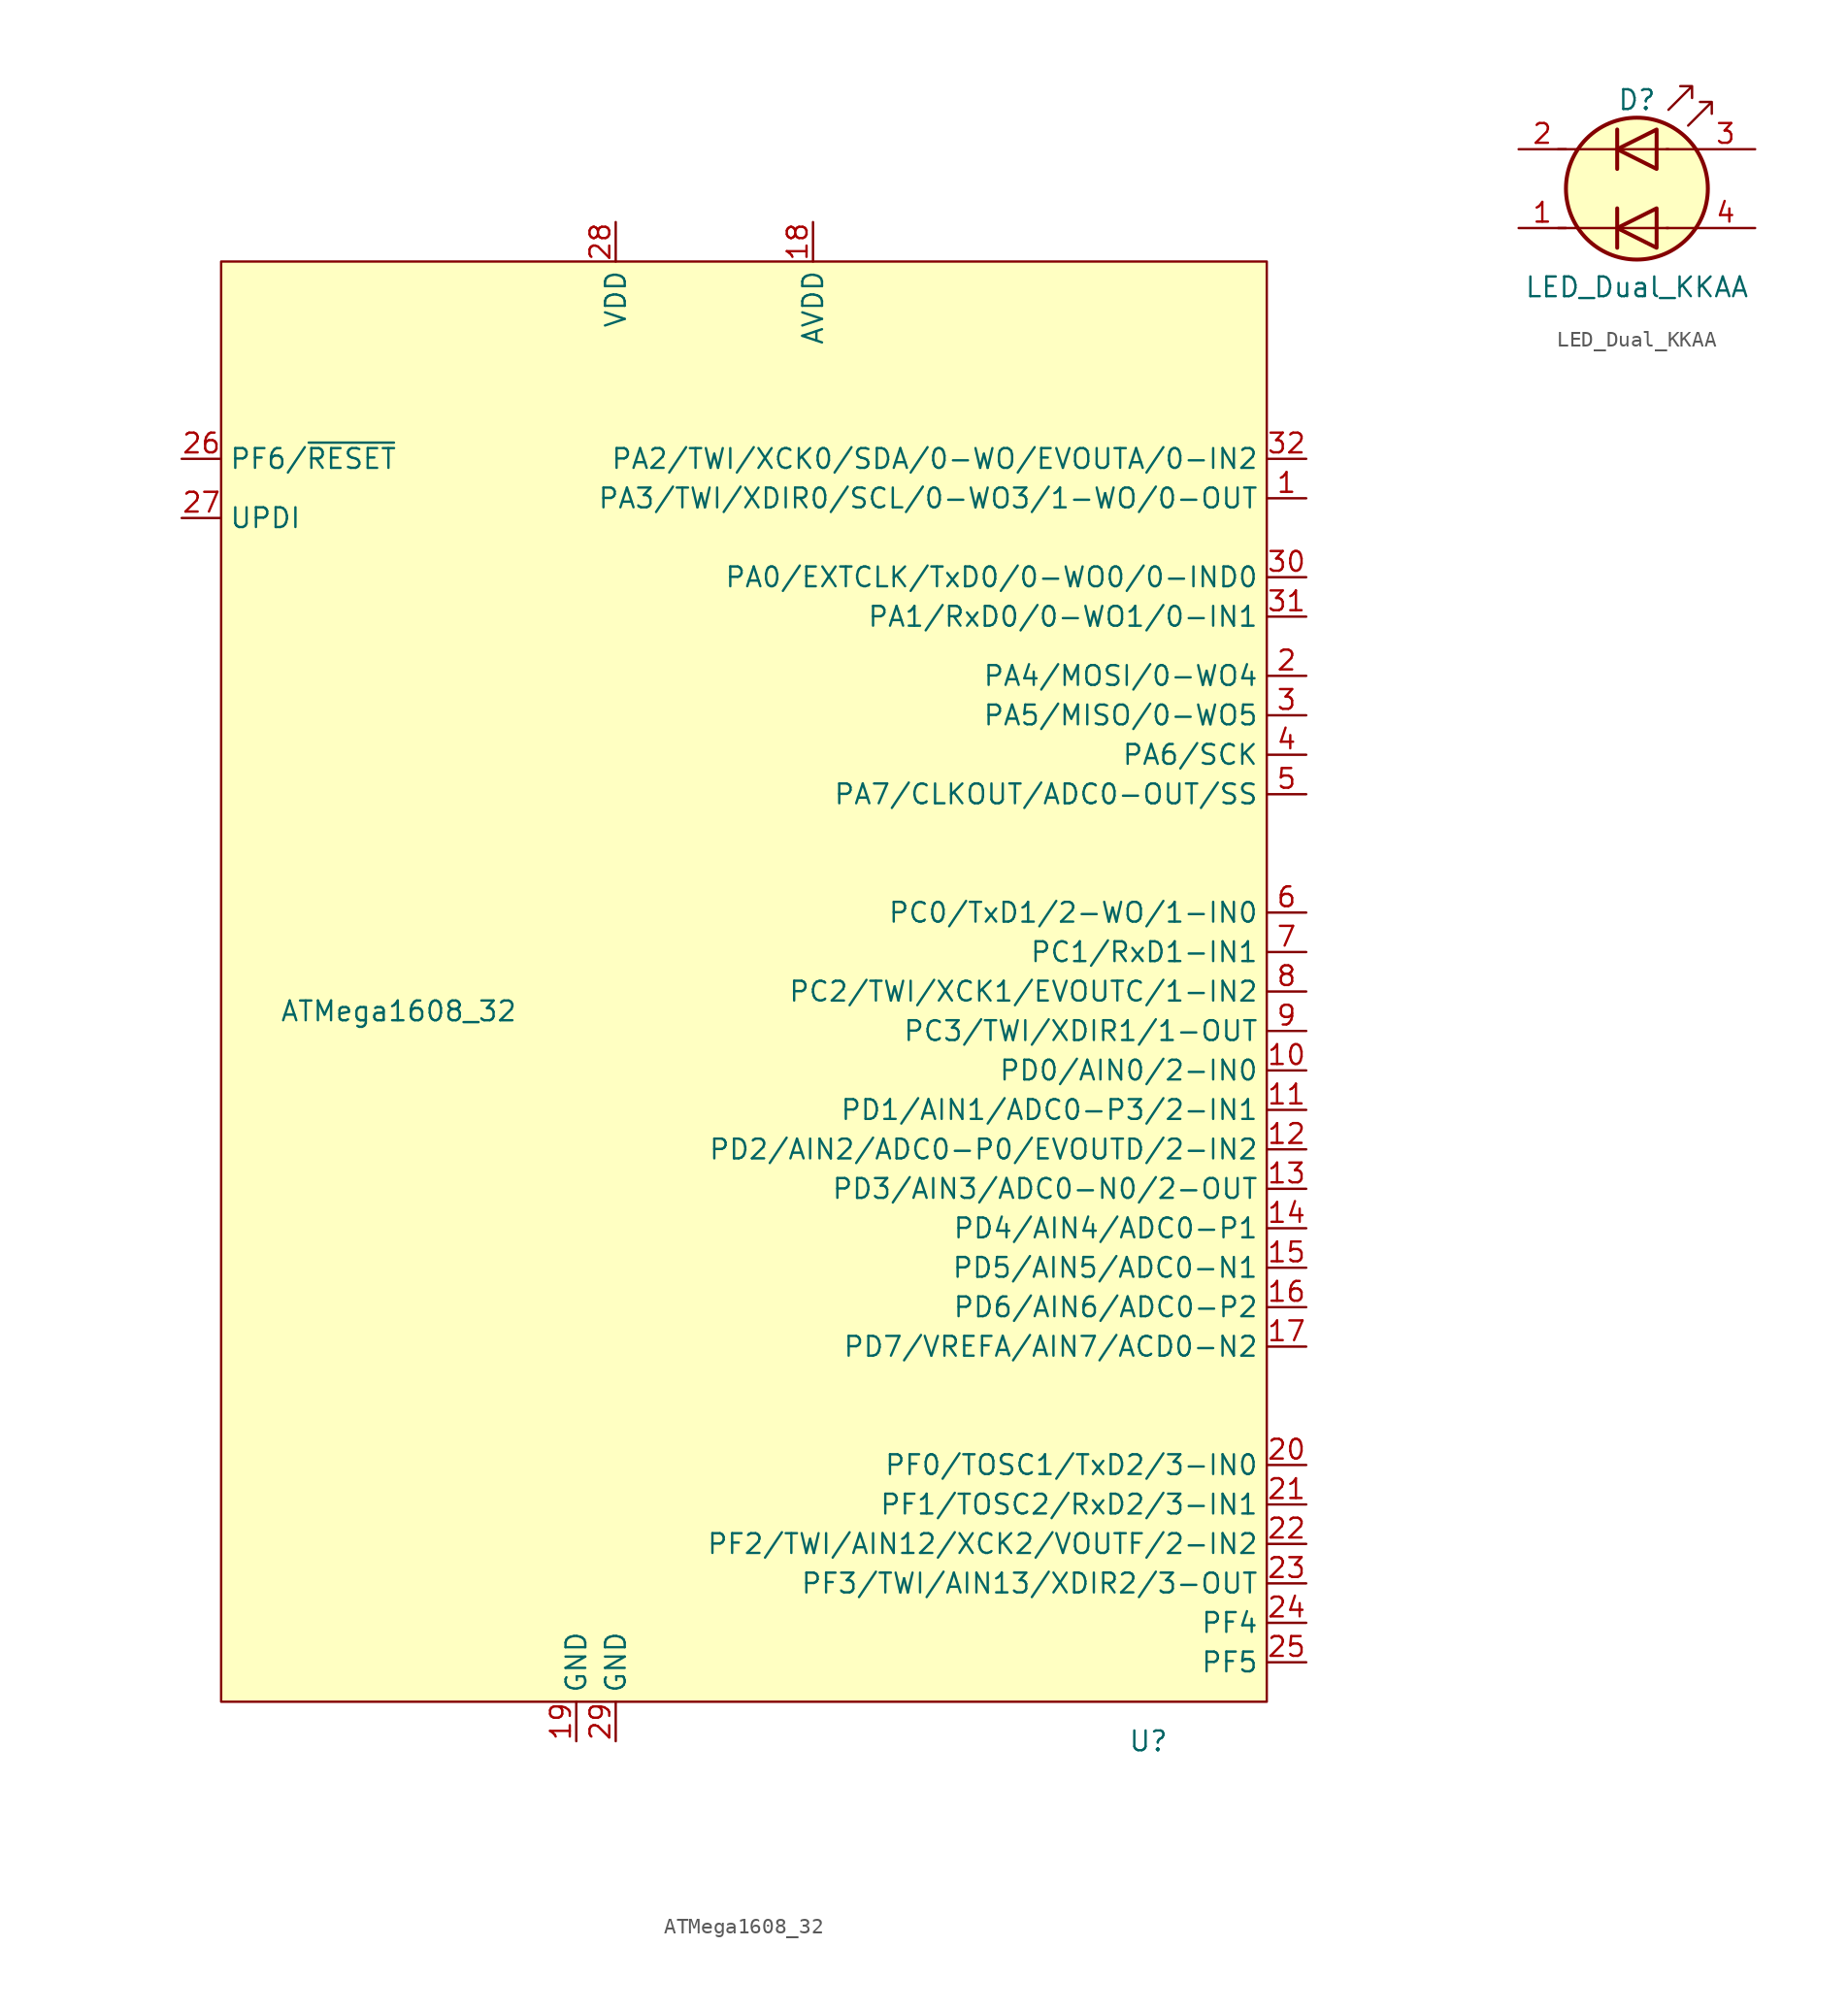
<source format=kicad_sym>
(kicad_symbol_lib
  (version 20211014)
  (generator kicad_symbol_editor)
  (symbol "ATMega1608_32"
    (property "Reference" "U"
      (at 34.29 -46.99 0)
      (effects (font (size 1.27 1.27))))
    (property "Value" "ATMega1608_32"
      (at -13.97 0 0)
      (effects (font (size 1.27 1.27))))
    (symbol "ATMega1608_32_0_1"
      (rectangle (start -25.4 48.26) (end 41.91 -44.45) (stroke (width 0.152) (type default) (color 0 0 0 0)) (fill (type background))))
    (symbol "ATMega1608_32_1_1"
      (pin bidirectional line (at 44.45 33.02 180) (length 2.54) (name "PA3/TWI/XDIR0/SCL/0-WO3/1-WO/0-OUT" (effects (font (size 1.27 1.27)))) (number "1" (effects (font (size 1.27 1.27)))))
      (pin bidirectional line (at 44.45 -3.81 180) (length 2.54) (name "PD0/AIN0/2-IN0" (effects (font (size 1.27 1.27)))) (number "10" (effects (font (size 1.27 1.27)))))
      (pin bidirectional line (at 44.45 -6.35 180) (length 2.54) (name "PD1/AIN1/ADC0-P3/2-IN1" (effects (font (size 1.27 1.27)))) (number "11" (effects (font (size 1.27 1.27)))))
      (pin bidirectional line (at 44.45 -8.89 180) (length 2.54) (name "PD2/AIN2/ADC0-P0/EVOUTD/2-IN2" (effects (font (size 1.27 1.27)))) (number "12" (effects (font (size 1.27 1.27)))))
      (pin bidirectional line (at 44.45 -11.43 180) (length 2.54) (name "PD3/AIN3/ADC0-N0/2-OUT" (effects (font (size 1.27 1.27)))) (number "13" (effects (font (size 1.27 1.27)))))
      (pin bidirectional line (at 44.45 -13.97 180) (length 2.54) (name "PD4/AIN4/ADC0-P1" (effects (font (size 1.27 1.27)))) (number "14" (effects (font (size 1.27 1.27)))))
      (pin bidirectional line (at 44.45 -16.51 180) (length 2.54) (name "PD5/AIN5/ADC0-N1" (effects (font (size 1.27 1.27)))) (number "15" (effects (font (size 1.27 1.27)))))
      (pin bidirectional line (at 44.45 -19.05 180) (length 2.54) (name "PD6/AIN6/ADC0-P2" (effects (font (size 1.27 1.27)))) (number "16" (effects (font (size 1.27 1.27)))))
      (pin bidirectional line (at 44.45 -21.59 180) (length 2.54) (name "PD7/VREFA/AIN7/ACD0-N2" (effects (font (size 1.27 1.27)))) (number "17" (effects (font (size 1.27 1.27)))))
      (pin power_in line (at 12.7 50.8 270) (length 2.54) (name "AVDD" (effects (font (size 1.27 1.27)))) (number "18" (effects (font (size 1.27 1.27)))))
      (pin power_in line (at -2.54 -46.99 90) (length 2.54) (name "GND" (effects (font (size 1.27 1.27)))) (number "19" (effects (font (size 1.27 1.27)))))
      (pin bidirectional line (at 44.45 21.59 180) (length 2.54) (name "PA4/MOSI/0-WO4" (effects (font (size 1.27 1.27)))) (number "2" (effects (font (size 1.27 1.27)))))
      (pin bidirectional line (at 44.45 -29.21 180) (length 2.54) (name "PF0/TOSC1/TxD2/3-IN0" (effects (font (size 1.27 1.27)))) (number "20" (effects (font (size 1.27 1.27)))))
      (pin bidirectional line (at 44.45 -31.75 180) (length 2.54) (name "PF1/TOSC2/RxD2/3-IN1" (effects (font (size 1.27 1.27)))) (number "21" (effects (font (size 1.27 1.27)))))
      (pin bidirectional line (at 44.45 -34.29 180) (length 2.54) (name "PF2/TWI/AIN12/XCK2/VOUTF/2-IN2" (effects (font (size 1.27 1.27)))) (number "22" (effects (font (size 1.27 1.27)))))
      (pin bidirectional line (at 44.45 -36.83 180) (length 2.54) (name "PF3/TWI/AIN13/XDIR2/3-OUT" (effects (font (size 1.27 1.27)))) (number "23" (effects (font (size 1.27 1.27)))))
      (pin bidirectional line (at 44.45 -39.37 180) (length 2.54) (name "PF4" (effects (font (size 1.27 1.27)))) (number "24" (effects (font (size 1.27 1.27)))))
      (pin bidirectional line (at 44.45 -41.91 180) (length 2.54) (name "PF5" (effects (font (size 1.27 1.27)))) (number "25" (effects (font (size 1.27 1.27)))))
      (pin bidirectional line (at -27.94 35.56 0) (length 2.54) (name "PF6/~{RESET}" (effects (font (size 1.27 1.27)))) (number "26" (effects (font (size 1.27 1.27)))))
      (pin bidirectional line (at -27.94 31.75 0) (length 2.54) (name "UPDI" (effects (font (size 1.27 1.27)))) (number "27" (effects (font (size 1.27 1.27)))))
      (pin power_in line (at 0 50.8 270) (length 2.54) (name "VDD" (effects (font (size 1.27 1.27)))) (number "28" (effects (font (size 1.27 1.27)))))
      (pin input line (at 0 -46.99 90) (length 2.54) (name "GND" (effects (font (size 1.27 1.27)))) (number "29" (effects (font (size 1.27 1.27)))))
      (pin bidirectional line (at 44.45 19.05 180) (length 2.54) (name "PA5/MISO/0-WO5" (effects (font (size 1.27 1.27)))) (number "3" (effects (font (size 1.27 1.27)))))
      (pin bidirectional line (at 44.45 27.94 180) (length 2.54) (name "PA0/EXTCLK/TxD0/0-WO0/0-IND0" (effects (font (size 1.27 1.27)))) (number "30" (effects (font (size 1.27 1.27)))))
      (pin bidirectional line (at 44.45 25.4 180) (length 2.54) (name "PA1/RxD0/0-WO1/0-IN1" (effects (font (size 1.27 1.27)))) (number "31" (effects (font (size 1.27 1.27)))))
      (pin bidirectional line (at 44.45 35.56 180) (length 2.54) (name "PA2/TWI/XCK0/SDA/0-WO/EVOUTA/0-IN2" (effects (font (size 1.27 1.27)))) (number "32" (effects (font (size 1.27 1.27)))))
      (pin bidirectional line (at 44.45 16.51 180) (length 2.54) (name "PA6/SCK" (effects (font (size 1.27 1.27)))) (number "4" (effects (font (size 1.27 1.27)))))
      (pin bidirectional line (at 44.45 13.97 180) (length 2.54) (name "PA7/CLKOUT/ADC0-OUT/SS" (effects (font (size 1.27 1.27)))) (number "5" (effects (font (size 1.27 1.27)))))
      (pin bidirectional line (at 44.45 6.35 180) (length 2.54) (name "PC0/TxD1/2-WO/1-IN0" (effects (font (size 1.27 1.27)))) (number "6" (effects (font (size 1.27 1.27)))))
      (pin bidirectional line (at 44.45 3.81 180) (length 2.54) (name "PC1/RxD1-IN1" (effects (font (size 1.27 1.27)))) (number "7" (effects (font (size 1.27 1.27)))))
      (pin bidirectional line (at 44.45 1.27 180) (length 2.54) (name "PC2/TWI/XCK1/EVOUTC/1-IN2" (effects (font (size 1.27 1.27)))) (number "8" (effects (font (size 1.27 1.27)))))
      (pin bidirectional line (at 44.45 -1.27 180) (length 2.54) (name "PC3/TWI/XDIR1/1-OUT" (effects (font (size 1.27 1.27)))) (number "9" (effects (font (size 1.27 1.27)))))))
  (symbol "LED_Dual_KKAA"
    (pin_names
      (offset 0) hide)
    (property "Reference" "D"
      (at 0 5.715 0)
      (effects (font (size 1.27 1.27))))
    (property "Value" "LED_Dual_KKAA"
      (at 0 -6.35 0)
      (effects (font (size 1.27 1.27))))
    (symbol "LED_Dual_KKAA_0_1"
      (polyline (pts (xy -5.08 -2.54) (xy 2.032 -2.54)) (stroke (width 0) (type default) (color 0 0 0 0)) (fill (type none)))
      (polyline (pts (xy -5.08 2.54) (xy 2.032 2.54)) (stroke (width 0) (type default) (color 0 0 0 0)) (fill (type none)))
      (polyline (pts (xy -1.27 -1.27) (xy -1.27 -3.81)) (stroke (width 0.254) (type default) (color 0 0 0 0)) (fill (type none)))
      (polyline (pts (xy -1.27 3.81) (xy -1.27 1.27)) (stroke (width 0.254) (type default) (color 0 0 0 0)) (fill (type none)))
      (polyline (pts (xy 3.81 -2.54) (xy 1.905 -2.54)) (stroke (width 0) (type default) (color 0 0 0 0)) (fill (type none)))
      (polyline (pts (xy 3.81 2.54) (xy 1.905 2.54)) (stroke (width 0) (type default) (color 0 0 0 0)) (fill (type none)))
      (polyline (pts (xy 1.27 -1.27) (xy 1.27 -3.81) (xy -1.27 -2.54) (xy 1.27 -1.27)) (stroke (width 0.254) (type default) (color 0 0 0 0)) (fill (type none)))
      (polyline (pts (xy 1.27 3.81) (xy 1.27 1.27) (xy -1.27 2.54) (xy 1.27 3.81)) (stroke (width 0.254) (type default) (color 0 0 0 0)) (fill (type none)))
      (polyline (pts (xy 2.032 5.08) (xy 3.556 6.604) (xy 2.794 6.604) (xy 3.556 6.604) (xy 3.556 5.842)) (stroke (width 0) (type default) (color 0 0 0 0)) (fill (type none)))
      (polyline (pts (xy 3.302 4.064) (xy 4.826 5.588) (xy 4.064 5.588) (xy 4.826 5.588) (xy 4.826 4.826)) (stroke (width 0) (type default) (color 0 0 0 0)) (fill (type none)))
      (circle (center 0 0) (radius 4.572) (stroke (width 0.254) (type default) (color 0 0 0 0)) (fill (type background))))
    (symbol "LED_Dual_KKAA_1_1"
      (pin input line (at -7.62 -2.54 0) (length 3.048) (name "K2" (effects (font (size 1.27 1.27)))) (number "1" (effects (font (size 1.27 1.27)))))
      (pin input line (at -7.62 2.54 0) (length 3.048) (name "K1" (effects (font (size 1.27 1.27)))) (number "2" (effects (font (size 1.27 1.27)))))
      (pin input line (at 7.62 2.54 180) (length 3.81) (name "A1" (effects (font (size 1.27 1.27)))) (number "3" (effects (font (size 1.27 1.27)))))
      (pin input line (at 7.62 -2.54 180) (length 3.81) (name "A2" (effects (font (size 1.27 1.27)))) (number "4" (effects (font (size 1.27 1.27))))))))
</source>
